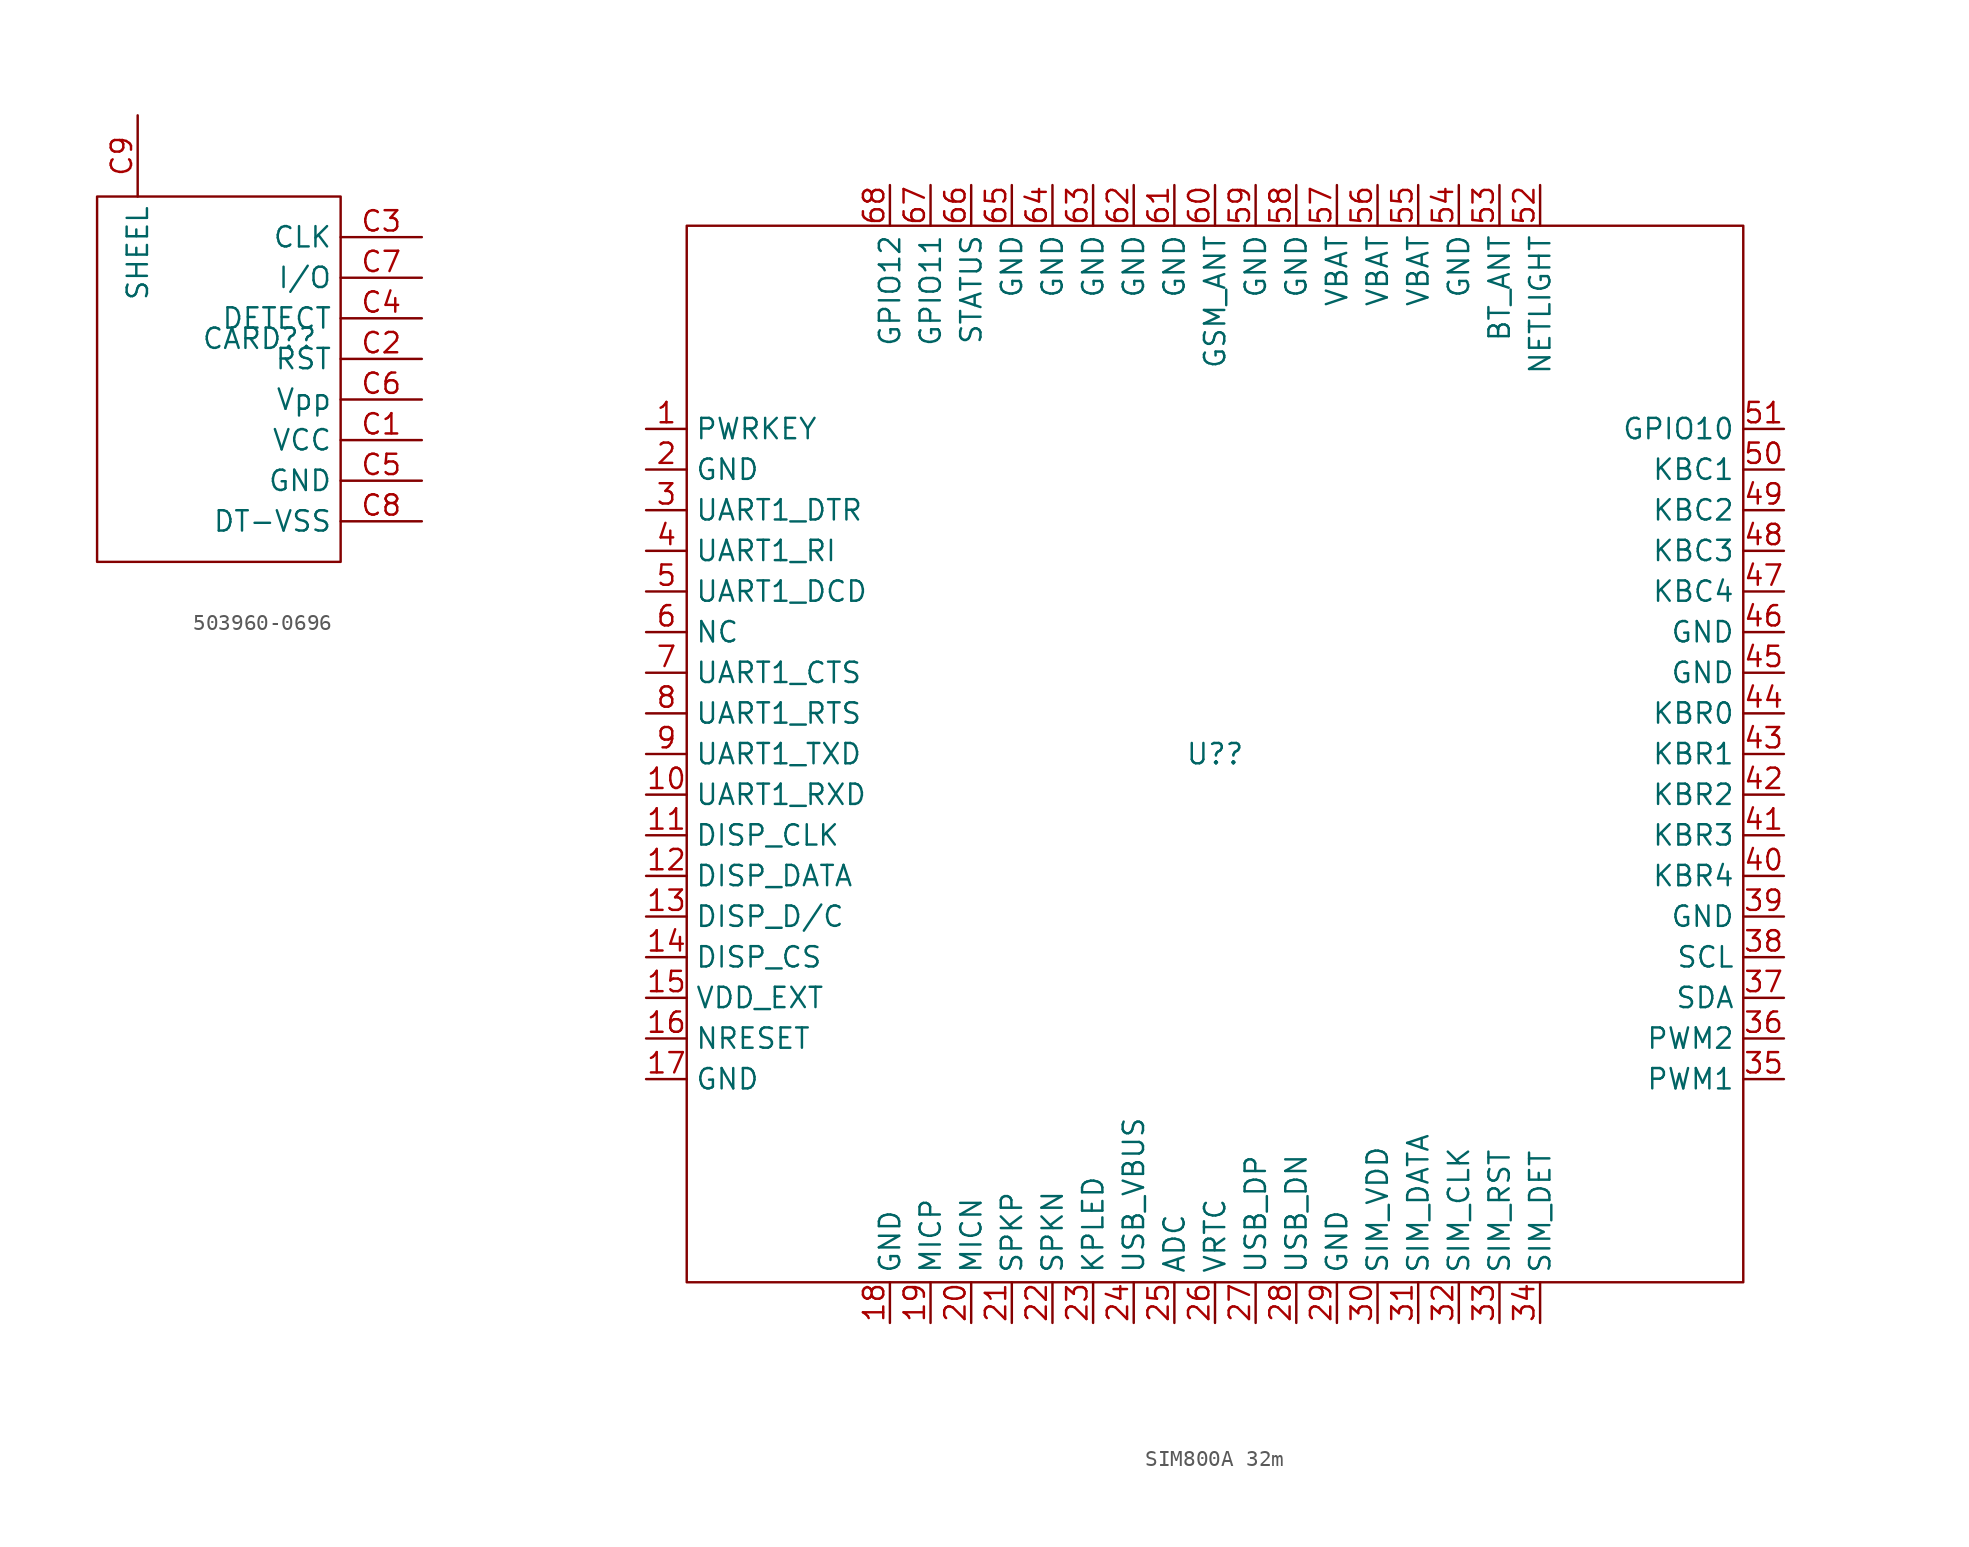
<source format=kicad_sym>
(kicad_symbol_lib
  (version 20231120)
  (generator "kicad_symbol_editor")
  (generator_version "8.0")
  (symbol "503960-0696"
    (property "Reference" "CARD?"
      (at 0 0 0)
      (effects (font (size 1.27 1.27))))
    (property "Value" ""
      (at 0 0 0)
      (effects (font (size 1.27 1.27))))
    (symbol "503960-0696_1_0"
      (rectangle (start -10.16 -13.97) (end 5.08 8.89) (stroke (width 0) (type default)) (fill (type none)))
      (pin unspecified line (at 10.16 -6.35 180) (length 5.08) (name "VCC" (effects (font (size 1.27 1.27)))) (number "C1" (effects (font (size 1.27 1.27)))))
      (pin unspecified line (at 10.16 -1.27 180) (length 5.08) (name "RST" (effects (font (size 1.27 1.27)))) (number "C2" (effects (font (size 1.27 1.27)))))
      (pin unspecified line (at 10.16 6.35 180) (length 5.08) (name "CLK" (effects (font (size 1.27 1.27)))) (number "C3" (effects (font (size 1.27 1.27)))))
      (pin unspecified line (at 10.16 1.27 180) (length 5.08) (name "DETECT" (effects (font (size 1.27 1.27)))) (number "C4" (effects (font (size 1.27 1.27)))))
      (pin unspecified line (at 10.16 -8.89 180) (length 5.08) (name "GND" (effects (font (size 1.27 1.27)))) (number "C5" (effects (font (size 1.27 1.27)))))
      (pin unspecified line (at 10.16 -3.81 180) (length 5.08) (name "Vpp" (effects (font (size 1.27 1.27)))) (number "C6" (effects (font (size 1.27 1.27)))))
      (pin unspecified line (at 10.16 3.81 180) (length 5.08) (name "I/O" (effects (font (size 1.27 1.27)))) (number "C7" (effects (font (size 1.27 1.27)))))
      (pin unspecified line (at 10.16 -11.43 180) (length 5.08) (name "DT-VSS" (effects (font (size 1.27 1.27)))) (number "C8" (effects (font (size 1.27 1.27)))))
      (pin unspecified line (at -7.62 13.97 270) (length 5.08) (name "SHEEL" (effects (font (size 1.27 1.27)))) (number "C9" (effects (font (size 1.27 1.27)))))))
  (symbol "SIM800A 32m"
    (property "Reference" "U?"
      (at 0 0 0)
      (effects (font (size 1.27 1.27))))
    (property "Value" ""
      (at 0 0 0)
      (effects (font (size 1.27 1.27))))
    (symbol "SIM800A 32m_1_0"
      (rectangle (start -33.02 33.02) (end 33.02 -33.02) (stroke (width 0) (type default)) (fill (type none)))
      (pin unspecified line (at -35.56 20.32 0) (length 2.54) (name "PWRKEY" (effects (font (size 1.27 1.27)))) (number "1" (effects (font (size 1.27 1.27)))))
      (pin unspecified line (at -35.56 -2.54 0) (length 2.54) (name "UART1_RXD" (effects (font (size 1.27 1.27)))) (number "10" (effects (font (size 1.27 1.27)))))
      (pin unspecified line (at -35.56 -5.08 0) (length 2.54) (name "DISP_CLK" (effects (font (size 1.27 1.27)))) (number "11" (effects (font (size 1.27 1.27)))))
      (pin unspecified line (at -35.56 -7.62 0) (length 2.54) (name "DISP_DATA" (effects (font (size 1.27 1.27)))) (number "12" (effects (font (size 1.27 1.27)))))
      (pin unspecified line (at -35.56 -10.16 0) (length 2.54) (name "DISP_D/C" (effects (font (size 1.27 1.27)))) (number "13" (effects (font (size 1.27 1.27)))))
      (pin unspecified line (at -35.56 -12.7 0) (length 2.54) (name "DISP_CS" (effects (font (size 1.27 1.27)))) (number "14" (effects (font (size 1.27 1.27)))))
      (pin unspecified line (at -35.56 -15.24 0) (length 2.54) (name "VDD_EXT" (effects (font (size 1.27 1.27)))) (number "15" (effects (font (size 1.27 1.27)))))
      (pin unspecified line (at -35.56 -17.78 0) (length 2.54) (name "NRESET" (effects (font (size 1.27 1.27)))) (number "16" (effects (font (size 1.27 1.27)))))
      (pin unspecified line (at -35.56 -20.32 0) (length 2.54) (name "GND" (effects (font (size 1.27 1.27)))) (number "17" (effects (font (size 1.27 1.27)))))
      (pin unspecified line (at -20.32 -35.56 90) (length 2.54) (name "GND" (effects (font (size 1.27 1.27)))) (number "18" (effects (font (size 1.27 1.27)))))
      (pin unspecified line (at -17.78 -35.56 90) (length 2.54) (name "MICP" (effects (font (size 1.27 1.27)))) (number "19" (effects (font (size 1.27 1.27)))))
      (pin unspecified line (at -35.56 17.78 0) (length 2.54) (name "GND" (effects (font (size 1.27 1.27)))) (number "2" (effects (font (size 1.27 1.27)))))
      (pin unspecified line (at -15.24 -35.56 90) (length 2.54) (name "MICN" (effects (font (size 1.27 1.27)))) (number "20" (effects (font (size 1.27 1.27)))))
      (pin unspecified line (at -12.7 -35.56 90) (length 2.54) (name "SPKP" (effects (font (size 1.27 1.27)))) (number "21" (effects (font (size 1.27 1.27)))))
      (pin unspecified line (at -10.16 -35.56 90) (length 2.54) (name "SPKN" (effects (font (size 1.27 1.27)))) (number "22" (effects (font (size 1.27 1.27)))))
      (pin unspecified line (at -7.62 -35.56 90) (length 2.54) (name "KPLED" (effects (font (size 1.27 1.27)))) (number "23" (effects (font (size 1.27 1.27)))))
      (pin unspecified line (at -5.08 -35.56 90) (length 2.54) (name "USB_VBUS" (effects (font (size 1.27 1.27)))) (number "24" (effects (font (size 1.27 1.27)))))
      (pin unspecified line (at -2.54 -35.56 90) (length 2.54) (name "ADC" (effects (font (size 1.27 1.27)))) (number "25" (effects (font (size 1.27 1.27)))))
      (pin unspecified line (at 0 -35.56 90) (length 2.54) (name "VRTC" (effects (font (size 1.27 1.27)))) (number "26" (effects (font (size 1.27 1.27)))))
      (pin unspecified line (at 2.54 -35.56 90) (length 2.54) (name "USB_DP" (effects (font (size 1.27 1.27)))) (number "27" (effects (font (size 1.27 1.27)))))
      (pin unspecified line (at 5.08 -35.56 90) (length 2.54) (name "USB_DN" (effects (font (size 1.27 1.27)))) (number "28" (effects (font (size 1.27 1.27)))))
      (pin unspecified line (at 7.62 -35.56 90) (length 2.54) (name "GND" (effects (font (size 1.27 1.27)))) (number "29" (effects (font (size 1.27 1.27)))))
      (pin unspecified line (at -35.56 15.24 0) (length 2.54) (name "UART1_DTR" (effects (font (size 1.27 1.27)))) (number "3" (effects (font (size 1.27 1.27)))))
      (pin unspecified line (at 10.16 -35.56 90) (length 2.54) (name "SIM_VDD" (effects (font (size 1.27 1.27)))) (number "30" (effects (font (size 1.27 1.27)))))
      (pin unspecified line (at 12.7 -35.56 90) (length 2.54) (name "SIM_DATA" (effects (font (size 1.27 1.27)))) (number "31" (effects (font (size 1.27 1.27)))))
      (pin unspecified line (at 15.24 -35.56 90) (length 2.54) (name "SIM_CLK" (effects (font (size 1.27 1.27)))) (number "32" (effects (font (size 1.27 1.27)))))
      (pin unspecified line (at 17.78 -35.56 90) (length 2.54) (name "SIM_RST" (effects (font (size 1.27 1.27)))) (number "33" (effects (font (size 1.27 1.27)))))
      (pin unspecified line (at 20.32 -35.56 90) (length 2.54) (name "SIM_DET" (effects (font (size 1.27 1.27)))) (number "34" (effects (font (size 1.27 1.27)))))
      (pin unspecified line (at 35.56 -20.32 180) (length 2.54) (name "PWM1" (effects (font (size 1.27 1.27)))) (number "35" (effects (font (size 1.27 1.27)))))
      (pin unspecified line (at 35.56 -17.78 180) (length 2.54) (name "PWM2" (effects (font (size 1.27 1.27)))) (number "36" (effects (font (size 1.27 1.27)))))
      (pin unspecified line (at 35.56 -15.24 180) (length 2.54) (name "SDA" (effects (font (size 1.27 1.27)))) (number "37" (effects (font (size 1.27 1.27)))))
      (pin unspecified line (at 35.56 -12.7 180) (length 2.54) (name "SCL" (effects (font (size 1.27 1.27)))) (number "38" (effects (font (size 1.27 1.27)))))
      (pin unspecified line (at 35.56 -10.16 180) (length 2.54) (name "GND" (effects (font (size 1.27 1.27)))) (number "39" (effects (font (size 1.27 1.27)))))
      (pin unspecified line (at -35.56 12.7 0) (length 2.54) (name "UART1_RI" (effects (font (size 1.27 1.27)))) (number "4" (effects (font (size 1.27 1.27)))))
      (pin unspecified line (at 35.56 -7.62 180) (length 2.54) (name "KBR4" (effects (font (size 1.27 1.27)))) (number "40" (effects (font (size 1.27 1.27)))))
      (pin unspecified line (at 35.56 -5.08 180) (length 2.54) (name "KBR3" (effects (font (size 1.27 1.27)))) (number "41" (effects (font (size 1.27 1.27)))))
      (pin unspecified line (at 35.56 -2.54 180) (length 2.54) (name "KBR2" (effects (font (size 1.27 1.27)))) (number "42" (effects (font (size 1.27 1.27)))))
      (pin unspecified line (at 35.56 0 180) (length 2.54) (name "KBR1" (effects (font (size 1.27 1.27)))) (number "43" (effects (font (size 1.27 1.27)))))
      (pin unspecified line (at 35.56 2.54 180) (length 2.54) (name "KBR0" (effects (font (size 1.27 1.27)))) (number "44" (effects (font (size 1.27 1.27)))))
      (pin unspecified line (at 35.56 5.08 180) (length 2.54) (name "GND" (effects (font (size 1.27 1.27)))) (number "45" (effects (font (size 1.27 1.27)))))
      (pin unspecified line (at 35.56 7.62 180) (length 2.54) (name "GND" (effects (font (size 1.27 1.27)))) (number "46" (effects (font (size 1.27 1.27)))))
      (pin unspecified line (at 35.56 10.16 180) (length 2.54) (name "KBC4" (effects (font (size 1.27 1.27)))) (number "47" (effects (font (size 1.27 1.27)))))
      (pin unspecified line (at 35.56 12.7 180) (length 2.54) (name "KBC3" (effects (font (size 1.27 1.27)))) (number "48" (effects (font (size 1.27 1.27)))))
      (pin unspecified line (at 35.56 15.24 180) (length 2.54) (name "KBC2" (effects (font (size 1.27 1.27)))) (number "49" (effects (font (size 1.27 1.27)))))
      (pin unspecified line (at -35.56 10.16 0) (length 2.54) (name "UART1_DCD" (effects (font (size 1.27 1.27)))) (number "5" (effects (font (size 1.27 1.27)))))
      (pin unspecified line (at 35.56 17.78 180) (length 2.54) (name "KBC1" (effects (font (size 1.27 1.27)))) (number "50" (effects (font (size 1.27 1.27)))))
      (pin unspecified line (at 35.56 20.32 180) (length 2.54) (name "GPIO10" (effects (font (size 1.27 1.27)))) (number "51" (effects (font (size 1.27 1.27)))))
      (pin unspecified line (at 20.32 35.56 270) (length 2.54) (name "NETLIGHT" (effects (font (size 1.27 1.27)))) (number "52" (effects (font (size 1.27 1.27)))))
      (pin unspecified line (at 17.78 35.56 270) (length 2.54) (name "BT_ANT" (effects (font (size 1.27 1.27)))) (number "53" (effects (font (size 1.27 1.27)))))
      (pin unspecified line (at 15.24 35.56 270) (length 2.54) (name "GND" (effects (font (size 1.27 1.27)))) (number "54" (effects (font (size 1.27 1.27)))))
      (pin unspecified line (at 12.7 35.56 270) (length 2.54) (name "VBAT" (effects (font (size 1.27 1.27)))) (number "55" (effects (font (size 1.27 1.27)))))
      (pin unspecified line (at 10.16 35.56 270) (length 2.54) (name "VBAT" (effects (font (size 1.27 1.27)))) (number "56" (effects (font (size 1.27 1.27)))))
      (pin unspecified line (at 7.62 35.56 270) (length 2.54) (name "VBAT" (effects (font (size 1.27 1.27)))) (number "57" (effects (font (size 1.27 1.27)))))
      (pin unspecified line (at 5.08 35.56 270) (length 2.54) (name "GND" (effects (font (size 1.27 1.27)))) (number "58" (effects (font (size 1.27 1.27)))))
      (pin unspecified line (at 2.54 35.56 270) (length 2.54) (name "GND" (effects (font (size 1.27 1.27)))) (number "59" (effects (font (size 1.27 1.27)))))
      (pin unspecified line (at -35.56 7.62 0) (length 2.54) (name "NC" (effects (font (size 1.27 1.27)))) (number "6" (effects (font (size 1.27 1.27)))))
      (pin unspecified line (at 0 35.56 270) (length 2.54) (name "GSM_ANT" (effects (font (size 1.27 1.27)))) (number "60" (effects (font (size 1.27 1.27)))))
      (pin unspecified line (at -2.54 35.56 270) (length 2.54) (name "GND" (effects (font (size 1.27 1.27)))) (number "61" (effects (font (size 1.27 1.27)))))
      (pin unspecified line (at -5.08 35.56 270) (length 2.54) (name "GND" (effects (font (size 1.27 1.27)))) (number "62" (effects (font (size 1.27 1.27)))))
      (pin unspecified line (at -7.62 35.56 270) (length 2.54) (name "GND" (effects (font (size 1.27 1.27)))) (number "63" (effects (font (size 1.27 1.27)))))
      (pin unspecified line (at -10.16 35.56 270) (length 2.54) (name "GND" (effects (font (size 1.27 1.27)))) (number "64" (effects (font (size 1.27 1.27)))))
      (pin unspecified line (at -12.7 35.56 270) (length 2.54) (name "GND" (effects (font (size 1.27 1.27)))) (number "65" (effects (font (size 1.27 1.27)))))
      (pin unspecified line (at -15.24 35.56 270) (length 2.54) (name "STATUS" (effects (font (size 1.27 1.27)))) (number "66" (effects (font (size 1.27 1.27)))))
      (pin unspecified line (at -17.78 35.56 270) (length 2.54) (name "GPIO11" (effects (font (size 1.27 1.27)))) (number "67" (effects (font (size 1.27 1.27)))))
      (pin unspecified line (at -20.32 35.56 270) (length 2.54) (name "GPIO12" (effects (font (size 1.27 1.27)))) (number "68" (effects (font (size 1.27 1.27)))))
      (pin unspecified line (at -35.56 5.08 0) (length 2.54) (name "UART1_CTS" (effects (font (size 1.27 1.27)))) (number "7" (effects (font (size 1.27 1.27)))))
      (pin unspecified line (at -35.56 2.54 0) (length 2.54) (name "UART1_RTS" (effects (font (size 1.27 1.27)))) (number "8" (effects (font (size 1.27 1.27)))))
      (pin unspecified line (at -35.56 0 0) (length 2.54) (name "UART1_TXD" (effects (font (size 1.27 1.27)))) (number "9" (effects (font (size 1.27 1.27))))))))
</source>
